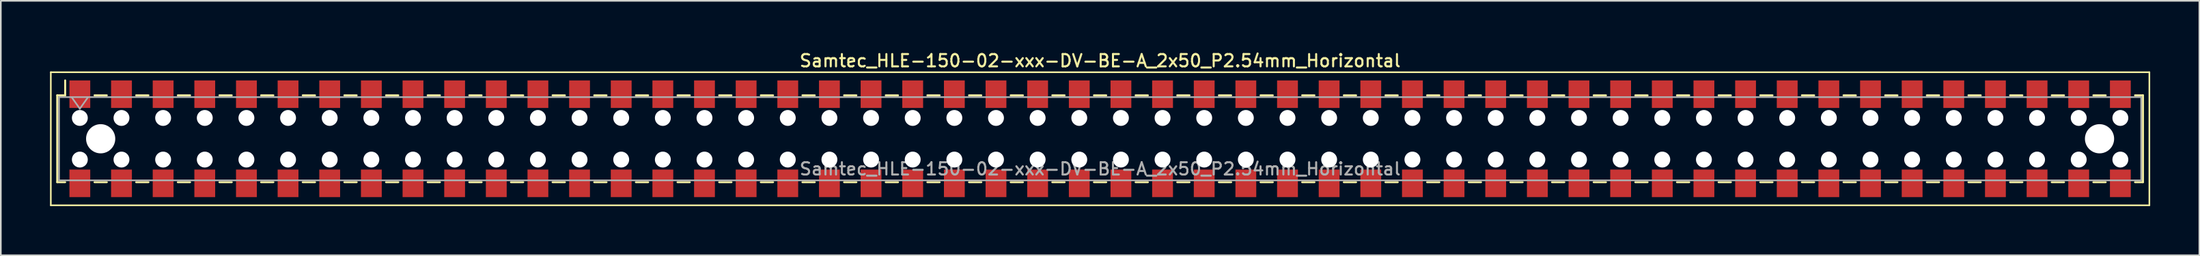
<source format=kicad_pcb>
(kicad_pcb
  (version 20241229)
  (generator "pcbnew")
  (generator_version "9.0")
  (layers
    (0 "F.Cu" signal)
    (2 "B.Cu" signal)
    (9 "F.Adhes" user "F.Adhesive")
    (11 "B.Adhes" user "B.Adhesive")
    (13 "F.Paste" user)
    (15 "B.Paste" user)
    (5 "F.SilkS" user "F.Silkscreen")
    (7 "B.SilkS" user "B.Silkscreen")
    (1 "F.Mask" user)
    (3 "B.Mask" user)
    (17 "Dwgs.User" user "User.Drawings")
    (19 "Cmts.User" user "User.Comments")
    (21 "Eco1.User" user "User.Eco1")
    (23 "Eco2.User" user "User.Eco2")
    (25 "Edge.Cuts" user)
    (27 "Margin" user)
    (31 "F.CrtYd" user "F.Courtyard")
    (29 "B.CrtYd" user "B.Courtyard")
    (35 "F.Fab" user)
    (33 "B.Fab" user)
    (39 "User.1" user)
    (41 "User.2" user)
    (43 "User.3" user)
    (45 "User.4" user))
  (footprint "Samtec_HLE-150-02-xxx-DV-BE-A_2x50_P2.54mm_Horizontal"
    (layer "F.Cu")
    (at 64.05 5.418)
    (property "Reference" "Samtec_HLE-150-02-xxx-DV-BE-A_2x50_P2.54mm_Horizontal" (at 0 -4.76 0) (layer "F.SilkS") (effects (font (size 0.75 0.75) (thickness 0.125))))
    (attr smd)
    (fp_line (start -64 -4.06) (end 64 -4.06) (stroke (width 0.1) (type solid)) (layer "F.SilkS"))
    (fp_line (start -64 4.06) (end -64 -4.06) (stroke (width 0.1) (type solid)) (layer "F.SilkS"))
    (fp_line (start -63.61 -2.65) (end -63.61 2.65) (stroke (width 0.12) (type solid)) (layer "F.SilkS"))
    (fp_line (start -63.61 2.65) (end -63.125 2.65) (stroke (width 0.12) (type solid)) (layer "F.SilkS"))
    (fp_line (start -63.125 -3.56) (end -63.125 -2.65) (stroke (width 0.12) (type solid)) (layer "F.SilkS"))
    (fp_line (start -63.125 -2.65) (end -63.61 -2.65) (stroke (width 0.12) (type solid)) (layer "F.SilkS"))
    (fp_line (start -61.335 -2.65) (end -60.585 -2.65) (stroke (width 0.12) (type solid)) (layer "F.SilkS"))
    (fp_line (start -61.335 2.65) (end -60.585 2.65) (stroke (width 0.12) (type solid)) (layer "F.SilkS"))
    (fp_line (start -58.795 -2.65) (end -58.045 -2.65) (stroke (width 0.12) (type solid)) (layer "F.SilkS"))
    (fp_line (start -58.795 2.65) (end -58.045 2.65) (stroke (width 0.12) (type solid)) (layer "F.SilkS"))
    (fp_line (start -56.255 -2.65) (end -55.505 -2.65) (stroke (width 0.12) (type solid)) (layer "F.SilkS"))
    (fp_line (start -56.255 2.65) (end -55.505 2.65) (stroke (width 0.12) (type solid)) (layer "F.SilkS"))
    (fp_line (start -53.715 -2.65) (end -52.965 -2.65) (stroke (width 0.12) (type solid)) (layer "F.SilkS"))
    (fp_line (start -53.715 2.65) (end -52.965 2.65) (stroke (width 0.12) (type solid)) (layer "F.SilkS"))
    (fp_line (start -51.175 -2.65) (end -50.425 -2.65) (stroke (width 0.12) (type solid)) (layer "F.SilkS"))
    (fp_line (start -51.175 2.65) (end -50.425 2.65) (stroke (width 0.12) (type solid)) (layer "F.SilkS"))
    (fp_line (start -48.635 -2.65) (end -47.885 -2.65) (stroke (width 0.12) (type solid)) (layer "F.SilkS"))
    (fp_line (start -48.635 2.65) (end -47.885 2.65) (stroke (width 0.12) (type solid)) (layer "F.SilkS"))
    (fp_line (start -46.095 -2.65) (end -45.345 -2.65) (stroke (width 0.12) (type solid)) (layer "F.SilkS"))
    (fp_line (start -46.095 2.65) (end -45.345 2.65) (stroke (width 0.12) (type solid)) (layer "F.SilkS"))
    (fp_line (start -43.555 -2.65) (end -42.805 -2.65) (stroke (width 0.12) (type solid)) (layer "F.SilkS"))
    (fp_line (start -43.555 2.65) (end -42.805 2.65) (stroke (width 0.12) (type solid)) (layer "F.SilkS"))
    (fp_line (start -41.015 -2.65) (end -40.265 -2.65) (stroke (width 0.12) (type solid)) (layer "F.SilkS"))
    (fp_line (start -41.015 2.65) (end -40.265 2.65) (stroke (width 0.12) (type solid)) (layer "F.SilkS"))
    (fp_line (start -38.475 -2.65) (end -37.725 -2.65) (stroke (width 0.12) (type solid)) (layer "F.SilkS"))
    (fp_line (start -38.475 2.65) (end -37.725 2.65) (stroke (width 0.12) (type solid)) (layer "F.SilkS"))
    (fp_line (start -35.935 -2.65) (end -35.185 -2.65) (stroke (width 0.12) (type solid)) (layer "F.SilkS"))
    (fp_line (start -35.935 2.65) (end -35.185 2.65) (stroke (width 0.12) (type solid)) (layer "F.SilkS"))
    (fp_line (start -33.395 -2.65) (end -32.645 -2.65) (stroke (width 0.12) (type solid)) (layer "F.SilkS"))
    (fp_line (start -33.395 2.65) (end -32.645 2.65) (stroke (width 0.12) (type solid)) (layer "F.SilkS"))
    (fp_line (start -30.855 -2.65) (end -30.105 -2.65) (stroke (width 0.12) (type solid)) (layer "F.SilkS"))
    (fp_line (start -30.855 2.65) (end -30.105 2.65) (stroke (width 0.12) (type solid)) (layer "F.SilkS"))
    (fp_line (start -28.315 -2.65) (end -27.565 -2.65) (stroke (width 0.12) (type solid)) (layer "F.SilkS"))
    (fp_line (start -28.315 2.65) (end -27.565 2.65) (stroke (width 0.12) (type solid)) (layer "F.SilkS"))
    (fp_line (start -25.775 -2.65) (end -25.025 -2.65) (stroke (width 0.12) (type solid)) (layer "F.SilkS"))
    (fp_line (start -25.775 2.65) (end -25.025 2.65) (stroke (width 0.12) (type solid)) (layer "F.SilkS"))
    (fp_line (start -23.235 -2.65) (end -22.485 -2.65) (stroke (width 0.12) (type solid)) (layer "F.SilkS"))
    (fp_line (start -23.235 2.65) (end -22.485 2.65) (stroke (width 0.12) (type solid)) (layer "F.SilkS"))
    (fp_line (start -20.695 -2.65) (end -19.945 -2.65) (stroke (width 0.12) (type solid)) (layer "F.SilkS"))
    (fp_line (start -20.695 2.65) (end -19.945 2.65) (stroke (width 0.12) (type solid)) (layer "F.SilkS"))
    (fp_line (start -18.155 -2.65) (end -17.405 -2.65) (stroke (width 0.12) (type solid)) (layer "F.SilkS"))
    (fp_line (start -18.155 2.65) (end -17.405 2.65) (stroke (width 0.12) (type solid)) (layer "F.SilkS"))
    (fp_line (start -15.615 -2.65) (end -14.865 -2.65) (stroke (width 0.12) (type solid)) (layer "F.SilkS"))
    (fp_line (start -15.615 2.65) (end -14.865 2.65) (stroke (width 0.12) (type solid)) (layer "F.SilkS"))
    (fp_line (start -13.075 -2.65) (end -12.325 -2.65) (stroke (width 0.12) (type solid)) (layer "F.SilkS"))
    (fp_line (start -13.075 2.65) (end -12.325 2.65) (stroke (width 0.12) (type solid)) (layer "F.SilkS"))
    (fp_line (start -10.535 -2.65) (end -9.785 -2.65) (stroke (width 0.12) (type solid)) (layer "F.SilkS"))
    (fp_line (start -10.535 2.65) (end -9.785 2.65) (stroke (width 0.12) (type solid)) (layer "F.SilkS"))
    (fp_line (start -7.995 -2.65) (end -7.245 -2.65) (stroke (width 0.12) (type solid)) (layer "F.SilkS"))
    (fp_line (start -7.995 2.65) (end -7.245 2.65) (stroke (width 0.12) (type solid)) (layer "F.SilkS"))
    (fp_line (start -5.455 -2.65) (end -4.705 -2.65) (stroke (width 0.12) (type solid)) (layer "F.SilkS"))
    (fp_line (start -5.455 2.65) (end -4.705 2.65) (stroke (width 0.12) (type solid)) (layer "F.SilkS"))
    (fp_line (start -2.915 -2.65) (end -2.165 -2.65) (stroke (width 0.12) (type solid)) (layer "F.SilkS"))
    (fp_line (start -2.915 2.65) (end -2.165 2.65) (stroke (width 0.12) (type solid)) (layer "F.SilkS"))
    (fp_line (start -0.375 -2.65) (end 0.375 -2.65) (stroke (width 0.12) (type solid)) (layer "F.SilkS"))
    (fp_line (start -0.375 2.65) (end 0.375 2.65) (stroke (width 0.12) (type solid)) (layer "F.SilkS"))
    (fp_line (start 2.165 -2.65) (end 2.915 -2.65) (stroke (width 0.12) (type solid)) (layer "F.SilkS"))
    (fp_line (start 2.165 2.65) (end 2.915 2.65) (stroke (width 0.12) (type solid)) (layer "F.SilkS"))
    (fp_line (start 4.705 -2.65) (end 5.455 -2.65) (stroke (width 0.12) (type solid)) (layer "F.SilkS"))
    (fp_line (start 4.705 2.65) (end 5.455 2.65) (stroke (width 0.12) (type solid)) (layer "F.SilkS"))
    (fp_line (start 7.245 -2.65) (end 7.995 -2.65) (stroke (width 0.12) (type solid)) (layer "F.SilkS"))
    (fp_line (start 7.245 2.65) (end 7.995 2.65) (stroke (width 0.12) (type solid)) (layer "F.SilkS"))
    (fp_line (start 9.785 -2.65) (end 10.535 -2.65) (stroke (width 0.12) (type solid)) (layer "F.SilkS"))
    (fp_line (start 9.785 2.65) (end 10.535 2.65) (stroke (width 0.12) (type solid)) (layer "F.SilkS"))
    (fp_line (start 12.325 -2.65) (end 13.075 -2.65) (stroke (width 0.12) (type solid)) (layer "F.SilkS"))
    (fp_line (start 12.325 2.65) (end 13.075 2.65) (stroke (width 0.12) (type solid)) (layer "F.SilkS"))
    (fp_line (start 14.865 -2.65) (end 15.615 -2.65) (stroke (width 0.12) (type solid)) (layer "F.SilkS"))
    (fp_line (start 14.865 2.65) (end 15.615 2.65) (stroke (width 0.12) (type solid)) (layer "F.SilkS"))
    (fp_line (start 17.405 -2.65) (end 18.155 -2.65) (stroke (width 0.12) (type solid)) (layer "F.SilkS"))
    (fp_line (start 17.405 2.65) (end 18.155 2.65) (stroke (width 0.12) (type solid)) (layer "F.SilkS"))
    (fp_line (start 19.945 -2.65) (end 20.695 -2.65) (stroke (width 0.12) (type solid)) (layer "F.SilkS"))
    (fp_line (start 19.945 2.65) (end 20.695 2.65) (stroke (width 0.12) (type solid)) (layer "F.SilkS"))
    (fp_line (start 22.485 -2.65) (end 23.235 -2.65) (stroke (width 0.12) (type solid)) (layer "F.SilkS"))
    (fp_line (start 22.485 2.65) (end 23.235 2.65) (stroke (width 0.12) (type solid)) (layer "F.SilkS"))
    (fp_line (start 25.025 -2.65) (end 25.775 -2.65) (stroke (width 0.12) (type solid)) (layer "F.SilkS"))
    (fp_line (start 25.025 2.65) (end 25.775 2.65) (stroke (width 0.12) (type solid)) (layer "F.SilkS"))
    (fp_line (start 27.565 -2.65) (end 28.315 -2.65) (stroke (width 0.12) (type solid)) (layer "F.SilkS"))
    (fp_line (start 27.565 2.65) (end 28.315 2.65) (stroke (width 0.12) (type solid)) (layer "F.SilkS"))
    (fp_line (start 30.105 -2.65) (end 30.855 -2.65) (stroke (width 0.12) (type solid)) (layer "F.SilkS"))
    (fp_line (start 30.105 2.65) (end 30.855 2.65) (stroke (width 0.12) (type solid)) (layer "F.SilkS"))
    (fp_line (start 32.645 -2.65) (end 33.395 -2.65) (stroke (width 0.12) (type solid)) (layer "F.SilkS"))
    (fp_line (start 32.645 2.65) (end 33.395 2.65) (stroke (width 0.12) (type solid)) (layer "F.SilkS"))
    (fp_line (start 35.185 -2.65) (end 35.935 -2.65) (stroke (width 0.12) (type solid)) (layer "F.SilkS"))
    (fp_line (start 35.185 2.65) (end 35.935 2.65) (stroke (width 0.12) (type solid)) (layer "F.SilkS"))
    (fp_line (start 37.725 -2.65) (end 38.475 -2.65) (stroke (width 0.12) (type solid)) (layer "F.SilkS"))
    (fp_line (start 37.725 2.65) (end 38.475 2.65) (stroke (width 0.12) (type solid)) (layer "F.SilkS"))
    (fp_line (start 40.265 -2.65) (end 41.015 -2.65) (stroke (width 0.12) (type solid)) (layer "F.SilkS"))
    (fp_line (start 40.265 2.65) (end 41.015 2.65) (stroke (width 0.12) (type solid)) (layer "F.SilkS"))
    (fp_line (start 42.805 -2.65) (end 43.555 -2.65) (stroke (width 0.12) (type solid)) (layer "F.SilkS"))
    (fp_line (start 42.805 2.65) (end 43.555 2.65) (stroke (width 0.12) (type solid)) (layer "F.SilkS"))
    (fp_line (start 45.345 -2.65) (end 46.095 -2.65) (stroke (width 0.12) (type solid)) (layer "F.SilkS"))
    (fp_line (start 45.345 2.65) (end 46.095 2.65) (stroke (width 0.12) (type solid)) (layer "F.SilkS"))
    (fp_line (start 47.885 -2.65) (end 48.635 -2.65) (stroke (width 0.12) (type solid)) (layer "F.SilkS"))
    (fp_line (start 47.885 2.65) (end 48.635 2.65) (stroke (width 0.12) (type solid)) (layer "F.SilkS"))
    (fp_line (start 50.425 -2.65) (end 51.175 -2.65) (stroke (width 0.12) (type solid)) (layer "F.SilkS"))
    (fp_line (start 50.425 2.65) (end 51.175 2.65) (stroke (width 0.12) (type solid)) (layer "F.SilkS"))
    (fp_line (start 52.965 -2.65) (end 53.715 -2.65) (stroke (width 0.12) (type solid)) (layer "F.SilkS"))
    (fp_line (start 52.965 2.65) (end 53.715 2.65) (stroke (width 0.12) (type solid)) (layer "F.SilkS"))
    (fp_line (start 55.505 -2.65) (end 56.255 -2.65) (stroke (width 0.12) (type solid)) (layer "F.SilkS"))
    (fp_line (start 55.505 2.65) (end 56.255 2.65) (stroke (width 0.12) (type solid)) (layer "F.SilkS"))
    (fp_line (start 58.045 -2.65) (end 58.795 -2.65) (stroke (width 0.12) (type solid)) (layer "F.SilkS"))
    (fp_line (start 58.045 2.65) (end 58.795 2.65) (stroke (width 0.12) (type solid)) (layer "F.SilkS"))
    (fp_line (start 60.585 -2.65) (end 61.335 -2.65) (stroke (width 0.12) (type solid)) (layer "F.SilkS"))
    (fp_line (start 60.585 2.65) (end 61.335 2.65) (stroke (width 0.12) (type solid)) (layer "F.SilkS"))
    (fp_line (start 63.125 -2.65) (end 63.61 -2.65) (stroke (width 0.12) (type solid)) (layer "F.SilkS"))
    (fp_line (start 63.61 -2.65) (end 63.61 2.65) (stroke (width 0.12) (type solid)) (layer "F.SilkS"))
    (fp_line (start 63.61 2.65) (end 63.125 2.65) (stroke (width 0.12) (type solid)) (layer "F.SilkS"))
    (fp_line (start 64 -4.06) (end 64 4.06) (stroke (width 0.1) (type solid)) (layer "F.SilkS"))
    (fp_line (start 64 4.06) (end -64 4.06) (stroke (width 0.1) (type solid)) (layer "F.SilkS"))
    (fp_line (start -63.5 -2.54) (end 63.5 -2.54) (stroke (width 0.1) (type solid)) (layer "F.Fab"))
    (fp_line (start -63.5 2.54) (end -63.5 -2.54) (stroke (width 0.1) (type solid)) (layer "F.Fab"))
    (fp_line (start -62.73 -2.54) (end -62.23 -1.833) (stroke (width 0.1) (type solid)) (layer "F.Fab"))
    (fp_line (start -62.23 -1.833) (end -61.73 -2.54) (stroke (width 0.1) (type solid)) (layer "F.Fab"))
    (fp_line (start 63.5 -2.54) (end 63.5 2.54) (stroke (width 0.1) (type solid)) (layer "F.Fab"))
    (fp_line (start 63.5 2.54) (end -63.5 2.54) (stroke (width 0.1) (type solid)) (layer "F.Fab"))
    (fp_text user "${REFERENCE}" (at 0 1.84 0) (layer "F.Fab") (effects (font (size 0.75 0.75) (thickness 0.125))))
    (pad "" np_thru_hole circle (at -62.23 -1.27) (size 0.97 0.97) (drill 0.97) (layers "*.Cu" "*.Mask"))
    (pad "" np_thru_hole circle (at -62.23 1.27) (size 0.97 0.97) (drill 0.97) (layers "*.Cu" "*.Mask"))
    (pad "" np_thru_hole circle (at -60.96 0) (size 1.78 1.78) (drill 1.78) (layers "*.Cu" "*.Mask"))
    (pad "" np_thru_hole circle (at -59.69 -1.27) (size 0.97 0.97) (drill 0.97) (layers "*.Cu" "*.Mask"))
    (pad "" np_thru_hole circle (at -59.69 1.27) (size 0.97 0.97) (drill 0.97) (layers "*.Cu" "*.Mask"))
    (pad "" np_thru_hole circle (at -57.15 -1.27) (size 0.97 0.97) (drill 0.97) (layers "*.Cu" "*.Mask"))
    (pad "" np_thru_hole circle (at -57.15 1.27) (size 0.97 0.97) (drill 0.97) (layers "*.Cu" "*.Mask"))
    (pad "" np_thru_hole circle (at -54.61 -1.27) (size 0.97 0.97) (drill 0.97) (layers "*.Cu" "*.Mask"))
    (pad "" np_thru_hole circle (at -54.61 1.27) (size 0.97 0.97) (drill 0.97) (layers "*.Cu" "*.Mask"))
    (pad "" np_thru_hole circle (at -52.07 -1.27) (size 0.97 0.97) (drill 0.97) (layers "*.Cu" "*.Mask"))
    (pad "" np_thru_hole circle (at -52.07 1.27) (size 0.97 0.97) (drill 0.97) (layers "*.Cu" "*.Mask"))
    (pad "" np_thru_hole circle (at -49.53 -1.27) (size 0.97 0.97) (drill 0.97) (layers "*.Cu" "*.Mask"))
    (pad "" np_thru_hole circle (at -49.53 1.27) (size 0.97 0.97) (drill 0.97) (layers "*.Cu" "*.Mask"))
    (pad "" np_thru_hole circle (at -46.99 -1.27) (size 0.97 0.97) (drill 0.97) (layers "*.Cu" "*.Mask"))
    (pad "" np_thru_hole circle (at -46.99 1.27) (size 0.97 0.97) (drill 0.97) (layers "*.Cu" "*.Mask"))
    (pad "" np_thru_hole circle (at -44.45 -1.27) (size 0.97 0.97) (drill 0.97) (layers "*.Cu" "*.Mask"))
    (pad "" np_thru_hole circle (at -44.45 1.27) (size 0.97 0.97) (drill 0.97) (layers "*.Cu" "*.Mask"))
    (pad "" np_thru_hole circle (at -41.91 -1.27) (size 0.97 0.97) (drill 0.97) (layers "*.Cu" "*.Mask"))
    (pad "" np_thru_hole circle (at -41.91 1.27) (size 0.97 0.97) (drill 0.97) (layers "*.Cu" "*.Mask"))
    (pad "" np_thru_hole circle (at -39.37 -1.27) (size 0.97 0.97) (drill 0.97) (layers "*.Cu" "*.Mask"))
    (pad "" np_thru_hole circle (at -39.37 1.27) (size 0.97 0.97) (drill 0.97) (layers "*.Cu" "*.Mask"))
    (pad "" np_thru_hole circle (at -36.83 -1.27) (size 0.97 0.97) (drill 0.97) (layers "*.Cu" "*.Mask"))
    (pad "" np_thru_hole circle (at -36.83 1.27) (size 0.97 0.97) (drill 0.97) (layers "*.Cu" "*.Mask"))
    (pad "" np_thru_hole circle (at -34.29 -1.27) (size 0.97 0.97) (drill 0.97) (layers "*.Cu" "*.Mask"))
    (pad "" np_thru_hole circle (at -34.29 1.27) (size 0.97 0.97) (drill 0.97) (layers "*.Cu" "*.Mask"))
    (pad "" np_thru_hole circle (at -31.75 -1.27) (size 0.97 0.97) (drill 0.97) (layers "*.Cu" "*.Mask"))
    (pad "" np_thru_hole circle (at -31.75 1.27) (size 0.97 0.97) (drill 0.97) (layers "*.Cu" "*.Mask"))
    (pad "" np_thru_hole circle (at -29.21 -1.27) (size 0.97 0.97) (drill 0.97) (layers "*.Cu" "*.Mask"))
    (pad "" np_thru_hole circle (at -29.21 1.27) (size 0.97 0.97) (drill 0.97) (layers "*.Cu" "*.Mask"))
    (pad "" np_thru_hole circle (at -26.67 -1.27) (size 0.97 0.97) (drill 0.97) (layers "*.Cu" "*.Mask"))
    (pad "" np_thru_hole circle (at -26.67 1.27) (size 0.97 0.97) (drill 0.97) (layers "*.Cu" "*.Mask"))
    (pad "" np_thru_hole circle (at -24.13 -1.27) (size 0.97 0.97) (drill 0.97) (layers "*.Cu" "*.Mask"))
    (pad "" np_thru_hole circle (at -24.13 1.27) (size 0.97 0.97) (drill 0.97) (layers "*.Cu" "*.Mask"))
    (pad "" np_thru_hole circle (at -21.59 -1.27) (size 0.97 0.97) (drill 0.97) (layers "*.Cu" "*.Mask"))
    (pad "" np_thru_hole circle (at -21.59 1.27) (size 0.97 0.97) (drill 0.97) (layers "*.Cu" "*.Mask"))
    (pad "" np_thru_hole circle (at -19.05 -1.27) (size 0.97 0.97) (drill 0.97) (layers "*.Cu" "*.Mask"))
    (pad "" np_thru_hole circle (at -19.05 1.27) (size 0.97 0.97) (drill 0.97) (layers "*.Cu" "*.Mask"))
    (pad "" np_thru_hole circle (at -16.51 -1.27) (size 0.97 0.97) (drill 0.97) (layers "*.Cu" "*.Mask"))
    (pad "" np_thru_hole circle (at -16.51 1.27) (size 0.97 0.97) (drill 0.97) (layers "*.Cu" "*.Mask"))
    (pad "" np_thru_hole circle (at -13.97 -1.27) (size 0.97 0.97) (drill 0.97) (layers "*.Cu" "*.Mask"))
    (pad "" np_thru_hole circle (at -13.97 1.27) (size 0.97 0.97) (drill 0.97) (layers "*.Cu" "*.Mask"))
    (pad "" np_thru_hole circle (at -11.43 -1.27) (size 0.97 0.97) (drill 0.97) (layers "*.Cu" "*.Mask"))
    (pad "" np_thru_hole circle (at -11.43 1.27) (size 0.97 0.97) (drill 0.97) (layers "*.Cu" "*.Mask"))
    (pad "" np_thru_hole circle (at -8.89 -1.27) (size 0.97 0.97) (drill 0.97) (layers "*.Cu" "*.Mask"))
    (pad "" np_thru_hole circle (at -8.89 1.27) (size 0.97 0.97) (drill 0.97) (layers "*.Cu" "*.Mask"))
    (pad "" np_thru_hole circle (at -6.35 -1.27) (size 0.97 0.97) (drill 0.97) (layers "*.Cu" "*.Mask"))
    (pad "" np_thru_hole circle (at -6.35 1.27) (size 0.97 0.97) (drill 0.97) (layers "*.Cu" "*.Mask"))
    (pad "" np_thru_hole circle (at -3.81 -1.27) (size 0.97 0.97) (drill 0.97) (layers "*.Cu" "*.Mask"))
    (pad "" np_thru_hole circle (at -3.81 1.27) (size 0.97 0.97) (drill 0.97) (layers "*.Cu" "*.Mask"))
    (pad "" np_thru_hole circle (at -1.27 -1.27) (size 0.97 0.97) (drill 0.97) (layers "*.Cu" "*.Mask"))
    (pad "" np_thru_hole circle (at -1.27 1.27) (size 0.97 0.97) (drill 0.97) (layers "*.Cu" "*.Mask"))
    (pad "" np_thru_hole circle (at 1.27 -1.27) (size 0.97 0.97) (drill 0.97) (layers "*.Cu" "*.Mask"))
    (pad "" np_thru_hole circle (at 1.27 1.27) (size 0.97 0.97) (drill 0.97) (layers "*.Cu" "*.Mask"))
    (pad "" np_thru_hole circle (at 3.81 -1.27) (size 0.97 0.97) (drill 0.97) (layers "*.Cu" "*.Mask"))
    (pad "" np_thru_hole circle (at 3.81 1.27) (size 0.97 0.97) (drill 0.97) (layers "*.Cu" "*.Mask"))
    (pad "" np_thru_hole circle (at 6.35 -1.27) (size 0.97 0.97) (drill 0.97) (layers "*.Cu" "*.Mask"))
    (pad "" np_thru_hole circle (at 6.35 1.27) (size 0.97 0.97) (drill 0.97) (layers "*.Cu" "*.Mask"))
    (pad "" np_thru_hole circle (at 8.89 -1.27) (size 0.97 0.97) (drill 0.97) (layers "*.Cu" "*.Mask"))
    (pad "" np_thru_hole circle (at 8.89 1.27) (size 0.97 0.97) (drill 0.97) (layers "*.Cu" "*.Mask"))
    (pad "" np_thru_hole circle (at 11.43 -1.27) (size 0.97 0.97) (drill 0.97) (layers "*.Cu" "*.Mask"))
    (pad "" np_thru_hole circle (at 11.43 1.27) (size 0.97 0.97) (drill 0.97) (layers "*.Cu" "*.Mask"))
    (pad "" np_thru_hole circle (at 13.97 -1.27) (size 0.97 0.97) (drill 0.97) (layers "*.Cu" "*.Mask"))
    (pad "" np_thru_hole circle (at 13.97 1.27) (size 0.97 0.97) (drill 0.97) (layers "*.Cu" "*.Mask"))
    (pad "" np_thru_hole circle (at 16.51 -1.27) (size 0.97 0.97) (drill 0.97) (layers "*.Cu" "*.Mask"))
    (pad "" np_thru_hole circle (at 16.51 1.27) (size 0.97 0.97) (drill 0.97) (layers "*.Cu" "*.Mask"))
    (pad "" np_thru_hole circle (at 19.05 -1.27) (size 0.97 0.97) (drill 0.97) (layers "*.Cu" "*.Mask"))
    (pad "" np_thru_hole circle (at 19.05 1.27) (size 0.97 0.97) (drill 0.97) (layers "*.Cu" "*.Mask"))
    (pad "" np_thru_hole circle (at 21.59 -1.27) (size 0.97 0.97) (drill 0.97) (layers "*.Cu" "*.Mask"))
    (pad "" np_thru_hole circle (at 21.59 1.27) (size 0.97 0.97) (drill 0.97) (layers "*.Cu" "*.Mask"))
    (pad "" np_thru_hole circle (at 24.13 -1.27) (size 0.97 0.97) (drill 0.97) (layers "*.Cu" "*.Mask"))
    (pad "" np_thru_hole circle (at 24.13 1.27) (size 0.97 0.97) (drill 0.97) (layers "*.Cu" "*.Mask"))
    (pad "" np_thru_hole circle (at 26.67 -1.27) (size 0.97 0.97) (drill 0.97) (layers "*.Cu" "*.Mask"))
    (pad "" np_thru_hole circle (at 26.67 1.27) (size 0.97 0.97) (drill 0.97) (layers "*.Cu" "*.Mask"))
    (pad "" np_thru_hole circle (at 29.21 -1.27) (size 0.97 0.97) (drill 0.97) (layers "*.Cu" "*.Mask"))
    (pad "" np_thru_hole circle (at 29.21 1.27) (size 0.97 0.97) (drill 0.97) (layers "*.Cu" "*.Mask"))
    (pad "" np_thru_hole circle (at 31.75 -1.27) (size 0.97 0.97) (drill 0.97) (layers "*.Cu" "*.Mask"))
    (pad "" np_thru_hole circle (at 31.75 1.27) (size 0.97 0.97) (drill 0.97) (layers "*.Cu" "*.Mask"))
    (pad "" np_thru_hole circle (at 34.29 -1.27) (size 0.97 0.97) (drill 0.97) (layers "*.Cu" "*.Mask"))
    (pad "" np_thru_hole circle (at 34.29 1.27) (size 0.97 0.97) (drill 0.97) (layers "*.Cu" "*.Mask"))
    (pad "" np_thru_hole circle (at 36.83 -1.27) (size 0.97 0.97) (drill 0.97) (layers "*.Cu" "*.Mask"))
    (pad "" np_thru_hole circle (at 36.83 1.27) (size 0.97 0.97) (drill 0.97) (layers "*.Cu" "*.Mask"))
    (pad "" np_thru_hole circle (at 39.37 -1.27) (size 0.97 0.97) (drill 0.97) (layers "*.Cu" "*.Mask"))
    (pad "" np_thru_hole circle (at 39.37 1.27) (size 0.97 0.97) (drill 0.97) (layers "*.Cu" "*.Mask"))
    (pad "" np_thru_hole circle (at 41.91 -1.27) (size 0.97 0.97) (drill 0.97) (layers "*.Cu" "*.Mask"))
    (pad "" np_thru_hole circle (at 41.91 1.27) (size 0.97 0.97) (drill 0.97) (layers "*.Cu" "*.Mask"))
    (pad "" np_thru_hole circle (at 44.45 -1.27) (size 0.97 0.97) (drill 0.97) (layers "*.Cu" "*.Mask"))
    (pad "" np_thru_hole circle (at 44.45 1.27) (size 0.97 0.97) (drill 0.97) (layers "*.Cu" "*.Mask"))
    (pad "" np_thru_hole circle (at 46.99 -1.27) (size 0.97 0.97) (drill 0.97) (layers "*.Cu" "*.Mask"))
    (pad "" np_thru_hole circle (at 46.99 1.27) (size 0.97 0.97) (drill 0.97) (layers "*.Cu" "*.Mask"))
    (pad "" np_thru_hole circle (at 49.53 -1.27) (size 0.97 0.97) (drill 0.97) (layers "*.Cu" "*.Mask"))
    (pad "" np_thru_hole circle (at 49.53 1.27) (size 0.97 0.97) (drill 0.97) (layers "*.Cu" "*.Mask"))
    (pad "" np_thru_hole circle (at 52.07 -1.27) (size 0.97 0.97) (drill 0.97) (layers "*.Cu" "*.Mask"))
    (pad "" np_thru_hole circle (at 52.07 1.27) (size 0.97 0.97) (drill 0.97) (layers "*.Cu" "*.Mask"))
    (pad "" np_thru_hole circle (at 54.61 -1.27) (size 0.97 0.97) (drill 0.97) (layers "*.Cu" "*.Mask"))
    (pad "" np_thru_hole circle (at 54.61 1.27) (size 0.97 0.97) (drill 0.97) (layers "*.Cu" "*.Mask"))
    (pad "" np_thru_hole circle (at 57.15 -1.27) (size 0.97 0.97) (drill 0.97) (layers "*.Cu" "*.Mask"))
    (pad "" np_thru_hole circle (at 57.15 1.27) (size 0.97 0.97) (drill 0.97) (layers "*.Cu" "*.Mask"))
    (pad "" np_thru_hole circle (at 59.69 -1.27) (size 0.97 0.97) (drill 0.97) (layers "*.Cu" "*.Mask"))
    (pad "" np_thru_hole circle (at 59.69 1.27) (size 0.97 0.97) (drill 0.97) (layers "*.Cu" "*.Mask"))
    (pad "" np_thru_hole circle (at 60.96 0) (size 1.78 1.78) (drill 1.78) (layers "*.Cu" "*.Mask"))
    (pad "" np_thru_hole circle (at 62.23 -1.27) (size 0.97 0.97) (drill 0.97) (layers "*.Cu" "*.Mask"))
    (pad "" np_thru_hole circle (at 62.23 1.27) (size 0.97 0.97) (drill 0.97) (layers "*.Cu" "*.Mask"))
    (pad "1" smd rect (at -62.23 -2.72) (size 1.27 1.68) (layers "F.Cu" "F.Mask" "F.Paste"))
    (pad "2" smd rect (at -62.23 2.72) (size 1.27 1.68) (layers "F.Cu" "F.Mask" "F.Paste"))
    (pad "3" smd rect (at -59.69 -2.72) (size 1.27 1.68) (layers "F.Cu" "F.Mask" "F.Paste"))
    (pad "4" smd rect (at -59.69 2.72) (size 1.27 1.68) (layers "F.Cu" "F.Mask" "F.Paste"))
    (pad "5" smd rect (at -57.15 -2.72) (size 1.27 1.68) (layers "F.Cu" "F.Mask" "F.Paste"))
    (pad "6" smd rect (at -57.15 2.72) (size 1.27 1.68) (layers "F.Cu" "F.Mask" "F.Paste"))
    (pad "7" smd rect (at -54.61 -2.72) (size 1.27 1.68) (layers "F.Cu" "F.Mask" "F.Paste"))
    (pad "8" smd rect (at -54.61 2.72) (size 1.27 1.68) (layers "F.Cu" "F.Mask" "F.Paste"))
    (pad "9" smd rect (at -52.07 -2.72) (size 1.27 1.68) (layers "F.Cu" "F.Mask" "F.Paste"))
    (pad "10" smd rect (at -52.07 2.72) (size 1.27 1.68) (layers "F.Cu" "F.Mask" "F.Paste"))
    (pad "11" smd rect (at -49.53 -2.72) (size 1.27 1.68) (layers "F.Cu" "F.Mask" "F.Paste"))
    (pad "12" smd rect (at -49.53 2.72) (size 1.27 1.68) (layers "F.Cu" "F.Mask" "F.Paste"))
    (pad "13" smd rect (at -46.99 -2.72) (size 1.27 1.68) (layers "F.Cu" "F.Mask" "F.Paste"))
    (pad "14" smd rect (at -46.99 2.72) (size 1.27 1.68) (layers "F.Cu" "F.Mask" "F.Paste"))
    (pad "15" smd rect (at -44.45 -2.72) (size 1.27 1.68) (layers "F.Cu" "F.Mask" "F.Paste"))
    (pad "16" smd rect (at -44.45 2.72) (size 1.27 1.68) (layers "F.Cu" "F.Mask" "F.Paste"))
    (pad "17" smd rect (at -41.91 -2.72) (size 1.27 1.68) (layers "F.Cu" "F.Mask" "F.Paste"))
    (pad "18" smd rect (at -41.91 2.72) (size 1.27 1.68) (layers "F.Cu" "F.Mask" "F.Paste"))
    (pad "19" smd rect (at -39.37 -2.72) (size 1.27 1.68) (layers "F.Cu" "F.Mask" "F.Paste"))
    (pad "20" smd rect (at -39.37 2.72) (size 1.27 1.68) (layers "F.Cu" "F.Mask" "F.Paste"))
    (pad "21" smd rect (at -36.83 -2.72) (size 1.27 1.68) (layers "F.Cu" "F.Mask" "F.Paste"))
    (pad "22" smd rect (at -36.83 2.72) (size 1.27 1.68) (layers "F.Cu" "F.Mask" "F.Paste"))
    (pad "23" smd rect (at -34.29 -2.72) (size 1.27 1.68) (layers "F.Cu" "F.Mask" "F.Paste"))
    (pad "24" smd rect (at -34.29 2.72) (size 1.27 1.68) (layers "F.Cu" "F.Mask" "F.Paste"))
    (pad "25" smd rect (at -31.75 -2.72) (size 1.27 1.68) (layers "F.Cu" "F.Mask" "F.Paste"))
    (pad "26" smd rect (at -31.75 2.72) (size 1.27 1.68) (layers "F.Cu" "F.Mask" "F.Paste"))
    (pad "27" smd rect (at -29.21 -2.72) (size 1.27 1.68) (layers "F.Cu" "F.Mask" "F.Paste"))
    (pad "28" smd rect (at -29.21 2.72) (size 1.27 1.68) (layers "F.Cu" "F.Mask" "F.Paste"))
    (pad "29" smd rect (at -26.67 -2.72) (size 1.27 1.68) (layers "F.Cu" "F.Mask" "F.Paste"))
    (pad "30" smd rect (at -26.67 2.72) (size 1.27 1.68) (layers "F.Cu" "F.Mask" "F.Paste"))
    (pad "31" smd rect (at -24.13 -2.72) (size 1.27 1.68) (layers "F.Cu" "F.Mask" "F.Paste"))
    (pad "32" smd rect (at -24.13 2.72) (size 1.27 1.68) (layers "F.Cu" "F.Mask" "F.Paste"))
    (pad "33" smd rect (at -21.59 -2.72) (size 1.27 1.68) (layers "F.Cu" "F.Mask" "F.Paste"))
    (pad "34" smd rect (at -21.59 2.72) (size 1.27 1.68) (layers "F.Cu" "F.Mask" "F.Paste"))
    (pad "35" smd rect (at -19.05 -2.72) (size 1.27 1.68) (layers "F.Cu" "F.Mask" "F.Paste"))
    (pad "36" smd rect (at -19.05 2.72) (size 1.27 1.68) (layers "F.Cu" "F.Mask" "F.Paste"))
    (pad "37" smd rect (at -16.51 -2.72) (size 1.27 1.68) (layers "F.Cu" "F.Mask" "F.Paste"))
    (pad "38" smd rect (at -16.51 2.72) (size 1.27 1.68) (layers "F.Cu" "F.Mask" "F.Paste"))
    (pad "39" smd rect (at -13.97 -2.72) (size 1.27 1.68) (layers "F.Cu" "F.Mask" "F.Paste"))
    (pad "40" smd rect (at -13.97 2.72) (size 1.27 1.68) (layers "F.Cu" "F.Mask" "F.Paste"))
    (pad "41" smd rect (at -11.43 -2.72) (size 1.27 1.68) (layers "F.Cu" "F.Mask" "F.Paste"))
    (pad "42" smd rect (at -11.43 2.72) (size 1.27 1.68) (layers "F.Cu" "F.Mask" "F.Paste"))
    (pad "43" smd rect (at -8.89 -2.72) (size 1.27 1.68) (layers "F.Cu" "F.Mask" "F.Paste"))
    (pad "44" smd rect (at -8.89 2.72) (size 1.27 1.68) (layers "F.Cu" "F.Mask" "F.Paste"))
    (pad "45" smd rect (at -6.35 -2.72) (size 1.27 1.68) (layers "F.Cu" "F.Mask" "F.Paste"))
    (pad "46" smd rect (at -6.35 2.72) (size 1.27 1.68) (layers "F.Cu" "F.Mask" "F.Paste"))
    (pad "47" smd rect (at -3.81 -2.72) (size 1.27 1.68) (layers "F.Cu" "F.Mask" "F.Paste"))
    (pad "48" smd rect (at -3.81 2.72) (size 1.27 1.68) (layers "F.Cu" "F.Mask" "F.Paste"))
    (pad "49" smd rect (at -1.27 -2.72) (size 1.27 1.68) (layers "F.Cu" "F.Mask" "F.Paste"))
    (pad "50" smd rect (at -1.27 2.72) (size 1.27 1.68) (layers "F.Cu" "F.Mask" "F.Paste"))
    (pad "51" smd rect (at 1.27 -2.72) (size 1.27 1.68) (layers "F.Cu" "F.Mask" "F.Paste"))
    (pad "52" smd rect (at 1.27 2.72) (size 1.27 1.68) (layers "F.Cu" "F.Mask" "F.Paste"))
    (pad "53" smd rect (at 3.81 -2.72) (size 1.27 1.68) (layers "F.Cu" "F.Mask" "F.Paste"))
    (pad "54" smd rect (at 3.81 2.72) (size 1.27 1.68) (layers "F.Cu" "F.Mask" "F.Paste"))
    (pad "55" smd rect (at 6.35 -2.72) (size 1.27 1.68) (layers "F.Cu" "F.Mask" "F.Paste"))
    (pad "56" smd rect (at 6.35 2.72) (size 1.27 1.68) (layers "F.Cu" "F.Mask" "F.Paste"))
    (pad "57" smd rect (at 8.89 -2.72) (size 1.27 1.68) (layers "F.Cu" "F.Mask" "F.Paste"))
    (pad "58" smd rect (at 8.89 2.72) (size 1.27 1.68) (layers "F.Cu" "F.Mask" "F.Paste"))
    (pad "59" smd rect (at 11.43 -2.72) (size 1.27 1.68) (layers "F.Cu" "F.Mask" "F.Paste"))
    (pad "60" smd rect (at 11.43 2.72) (size 1.27 1.68) (layers "F.Cu" "F.Mask" "F.Paste"))
    (pad "61" smd rect (at 13.97 -2.72) (size 1.27 1.68) (layers "F.Cu" "F.Mask" "F.Paste"))
    (pad "62" smd rect (at 13.97 2.72) (size 1.27 1.68) (layers "F.Cu" "F.Mask" "F.Paste"))
    (pad "63" smd rect (at 16.51 -2.72) (size 1.27 1.68) (layers "F.Cu" "F.Mask" "F.Paste"))
    (pad "64" smd rect (at 16.51 2.72) (size 1.27 1.68) (layers "F.Cu" "F.Mask" "F.Paste"))
    (pad "65" smd rect (at 19.05 -2.72) (size 1.27 1.68) (layers "F.Cu" "F.Mask" "F.Paste"))
    (pad "66" smd rect (at 19.05 2.72) (size 1.27 1.68) (layers "F.Cu" "F.Mask" "F.Paste"))
    (pad "67" smd rect (at 21.59 -2.72) (size 1.27 1.68) (layers "F.Cu" "F.Mask" "F.Paste"))
    (pad "68" smd rect (at 21.59 2.72) (size 1.27 1.68) (layers "F.Cu" "F.Mask" "F.Paste"))
    (pad "69" smd rect (at 24.13 -2.72) (size 1.27 1.68) (layers "F.Cu" "F.Mask" "F.Paste"))
    (pad "70" smd rect (at 24.13 2.72) (size 1.27 1.68) (layers "F.Cu" "F.Mask" "F.Paste"))
    (pad "71" smd rect (at 26.67 -2.72) (size 1.27 1.68) (layers "F.Cu" "F.Mask" "F.Paste"))
    (pad "72" smd rect (at 26.67 2.72) (size 1.27 1.68) (layers "F.Cu" "F.Mask" "F.Paste"))
    (pad "73" smd rect (at 29.21 -2.72) (size 1.27 1.68) (layers "F.Cu" "F.Mask" "F.Paste"))
    (pad "74" smd rect (at 29.21 2.72) (size 1.27 1.68) (layers "F.Cu" "F.Mask" "F.Paste"))
    (pad "75" smd rect (at 31.75 -2.72) (size 1.27 1.68) (layers "F.Cu" "F.Mask" "F.Paste"))
    (pad "76" smd rect (at 31.75 2.72) (size 1.27 1.68) (layers "F.Cu" "F.Mask" "F.Paste"))
    (pad "77" smd rect (at 34.29 -2.72) (size 1.27 1.68) (layers "F.Cu" "F.Mask" "F.Paste"))
    (pad "78" smd rect (at 34.29 2.72) (size 1.27 1.68) (layers "F.Cu" "F.Mask" "F.Paste"))
    (pad "79" smd rect (at 36.83 -2.72) (size 1.27 1.68) (layers "F.Cu" "F.Mask" "F.Paste"))
    (pad "80" smd rect (at 36.83 2.72) (size 1.27 1.68) (layers "F.Cu" "F.Mask" "F.Paste"))
    (pad "81" smd rect (at 39.37 -2.72) (size 1.27 1.68) (layers "F.Cu" "F.Mask" "F.Paste"))
    (pad "82" smd rect (at 39.37 2.72) (size 1.27 1.68) (layers "F.Cu" "F.Mask" "F.Paste"))
    (pad "83" smd rect (at 41.91 -2.72) (size 1.27 1.68) (layers "F.Cu" "F.Mask" "F.Paste"))
    (pad "84" smd rect (at 41.91 2.72) (size 1.27 1.68) (layers "F.Cu" "F.Mask" "F.Paste"))
    (pad "85" smd rect (at 44.45 -2.72) (size 1.27 1.68) (layers "F.Cu" "F.Mask" "F.Paste"))
    (pad "86" smd rect (at 44.45 2.72) (size 1.27 1.68) (layers "F.Cu" "F.Mask" "F.Paste"))
    (pad "87" smd rect (at 46.99 -2.72) (size 1.27 1.68) (layers "F.Cu" "F.Mask" "F.Paste"))
    (pad "88" smd rect (at 46.99 2.72) (size 1.27 1.68) (layers "F.Cu" "F.Mask" "F.Paste"))
    (pad "89" smd rect (at 49.53 -2.72) (size 1.27 1.68) (layers "F.Cu" "F.Mask" "F.Paste"))
    (pad "90" smd rect (at 49.53 2.72) (size 1.27 1.68) (layers "F.Cu" "F.Mask" "F.Paste"))
    (pad "91" smd rect (at 52.07 -2.72) (size 1.27 1.68) (layers "F.Cu" "F.Mask" "F.Paste"))
    (pad "92" smd rect (at 52.07 2.72) (size 1.27 1.68) (layers "F.Cu" "F.Mask" "F.Paste"))
    (pad "93" smd rect (at 54.61 -2.72) (size 1.27 1.68) (layers "F.Cu" "F.Mask" "F.Paste"))
    (pad "94" smd rect (at 54.61 2.72) (size 1.27 1.68) (layers "F.Cu" "F.Mask" "F.Paste"))
    (pad "95" smd rect (at 57.15 -2.72) (size 1.27 1.68) (layers "F.Cu" "F.Mask" "F.Paste"))
    (pad "96" smd rect (at 57.15 2.72) (size 1.27 1.68) (layers "F.Cu" "F.Mask" "F.Paste"))
    (pad "97" smd rect (at 59.69 -2.72) (size 1.27 1.68) (layers "F.Cu" "F.Mask" "F.Paste"))
    (pad "98" smd rect (at 59.69 2.72) (size 1.27 1.68) (layers "F.Cu" "F.Mask" "F.Paste"))
    (pad "99" smd rect (at 62.23 -2.72) (size 1.27 1.68) (layers "F.Cu" "F.Mask" "F.Paste"))
    (pad "100" smd rect (at 62.23 2.72) (size 1.27 1.68) (layers "F.Cu" "F.Mask" "F.Paste")))
  (gr_rect
    (start -3 -3)
    (end 131.1 12.528)
    (stroke (width 0.1) (type default))
    (fill no)
    (layer "Edge.Cuts")))
</source>
